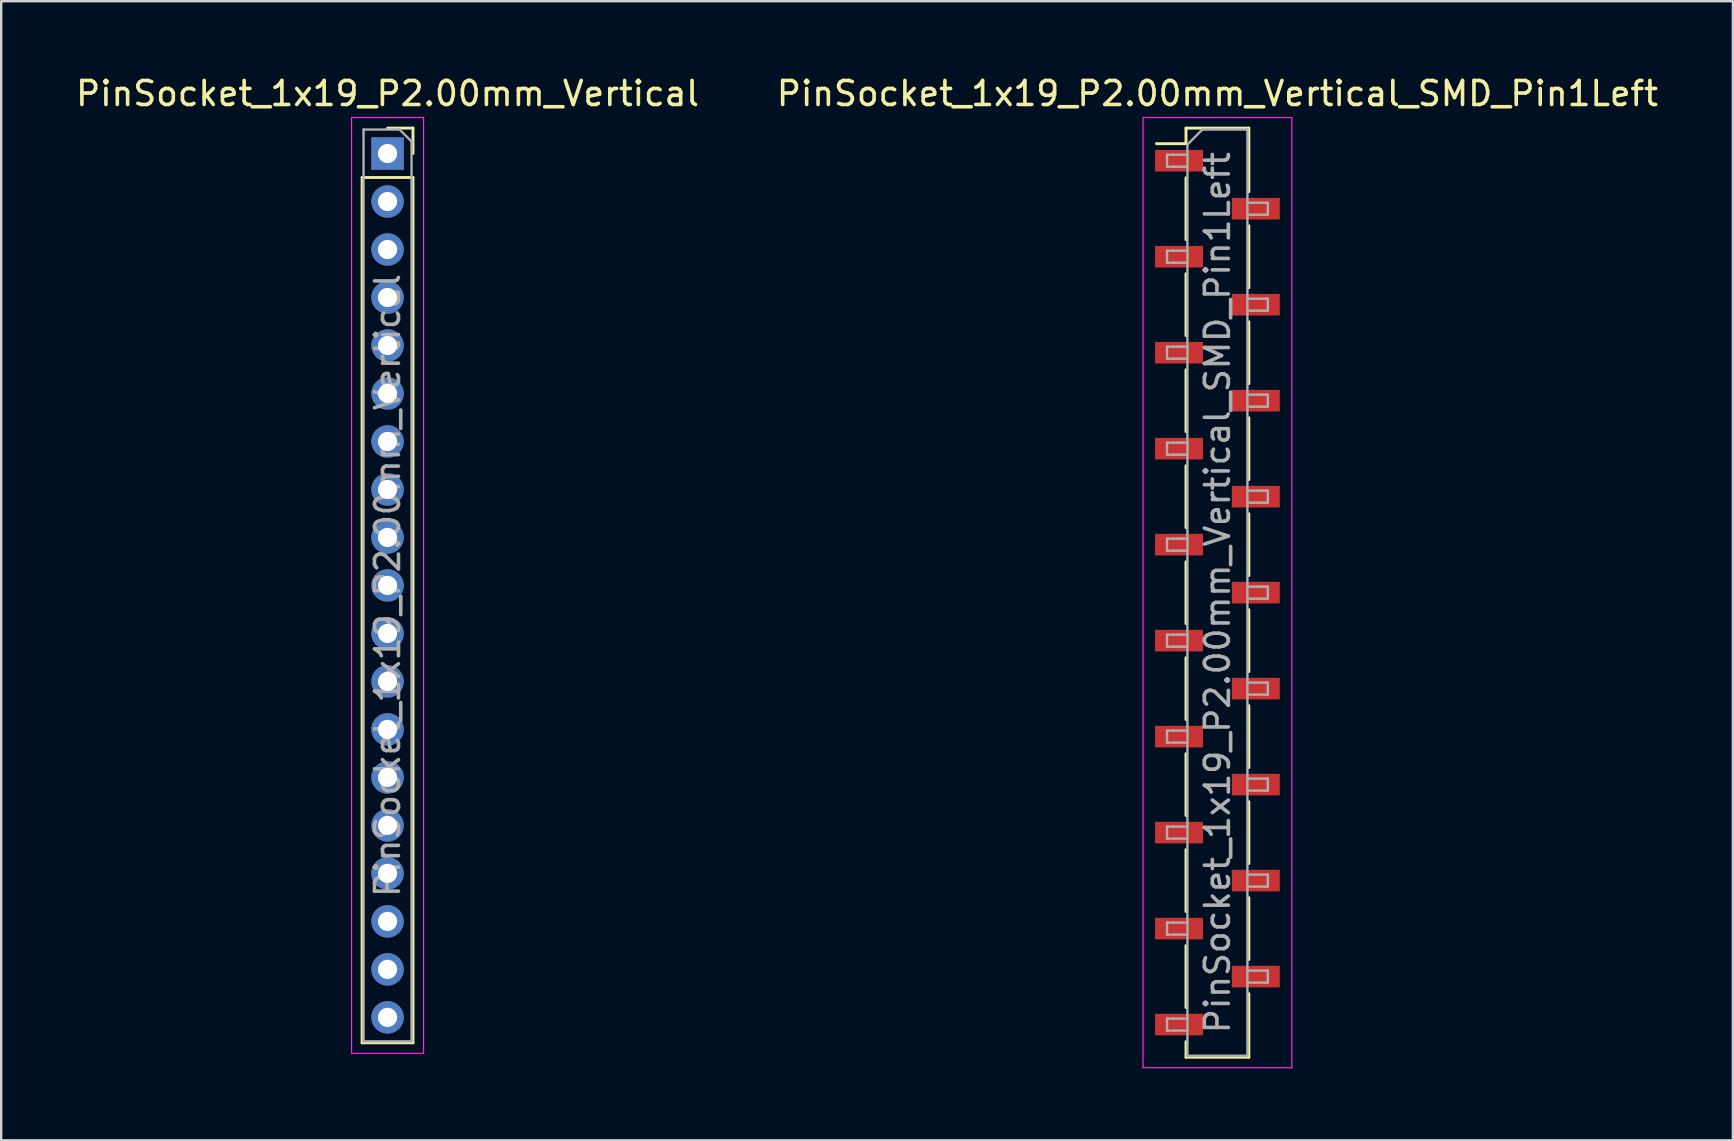
<source format=kicad_pcb>
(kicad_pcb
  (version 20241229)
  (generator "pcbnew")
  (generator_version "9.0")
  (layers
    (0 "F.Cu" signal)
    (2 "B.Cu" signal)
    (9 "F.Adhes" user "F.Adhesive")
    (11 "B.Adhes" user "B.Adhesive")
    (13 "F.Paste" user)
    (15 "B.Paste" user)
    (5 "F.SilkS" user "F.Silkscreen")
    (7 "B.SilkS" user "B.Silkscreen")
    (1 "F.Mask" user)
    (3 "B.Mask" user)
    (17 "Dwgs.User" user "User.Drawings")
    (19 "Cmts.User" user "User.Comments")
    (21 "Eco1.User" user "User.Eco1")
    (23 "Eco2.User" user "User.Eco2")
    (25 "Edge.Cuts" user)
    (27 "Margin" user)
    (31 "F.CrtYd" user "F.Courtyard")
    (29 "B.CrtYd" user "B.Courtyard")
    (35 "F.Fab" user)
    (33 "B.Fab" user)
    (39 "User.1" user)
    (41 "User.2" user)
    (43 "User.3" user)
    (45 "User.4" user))
  (footprint "PinSocket_1x19_P2.00mm_Vertical_SMD_Pin1Left"
    (layer "F.Cu")
    (at 47.685 21.648)
    (property "Reference" "PinSocket_1x19_P2.00mm_Vertical_SMD_Pin1Left" (at 0 -20.8 0) (layer "F.SilkS") (effects (font (size 1 1) (thickness 0.15))))
    (attr smd)
    (fp_line (start -2.54 -18.71) (end -1.31 -18.71) (stroke (width 0.12) (type solid)) (layer "F.SilkS"))
    (fp_line (start -1.31 -19.36) (end -1.31 -18.71) (stroke (width 0.12) (type solid)) (layer "F.SilkS"))
    (fp_line (start -1.31 -19.36) (end 1.31 -19.36) (stroke (width 0.12) (type solid)) (layer "F.SilkS"))
    (fp_line (start -1.31 -17.29) (end -1.31 -14.71) (stroke (width 0.12) (type solid)) (layer "F.SilkS"))
    (fp_line (start -1.31 -13.29) (end -1.31 -10.71) (stroke (width 0.12) (type solid)) (layer "F.SilkS"))
    (fp_line (start -1.31 -9.29) (end -1.31 -6.71) (stroke (width 0.12) (type solid)) (layer "F.SilkS"))
    (fp_line (start -1.31 -5.29) (end -1.31 -2.71) (stroke (width 0.12) (type solid)) (layer "F.SilkS"))
    (fp_line (start -1.31 -1.29) (end -1.31 1.29) (stroke (width 0.12) (type solid)) (layer "F.SilkS"))
    (fp_line (start -1.31 2.71) (end -1.31 5.29) (stroke (width 0.12) (type solid)) (layer "F.SilkS"))
    (fp_line (start -1.31 6.71) (end -1.31 9.29) (stroke (width 0.12) (type solid)) (layer "F.SilkS"))
    (fp_line (start -1.31 10.71) (end -1.31 13.29) (stroke (width 0.12) (type solid)) (layer "F.SilkS"))
    (fp_line (start -1.31 14.71) (end -1.31 17.29) (stroke (width 0.12) (type solid)) (layer "F.SilkS"))
    (fp_line (start -1.31 18.71) (end -1.31 19.36) (stroke (width 0.12) (type solid)) (layer "F.SilkS"))
    (fp_line (start -1.31 19.36) (end 1.31 19.36) (stroke (width 0.12) (type solid)) (layer "F.SilkS"))
    (fp_line (start 1.31 -19.36) (end 1.31 -16.71) (stroke (width 0.12) (type solid)) (layer "F.SilkS"))
    (fp_line (start 1.31 -15.29) (end 1.31 -12.71) (stroke (width 0.12) (type solid)) (layer "F.SilkS"))
    (fp_line (start 1.31 -11.29) (end 1.31 -8.71) (stroke (width 0.12) (type solid)) (layer "F.SilkS"))
    (fp_line (start 1.31 -7.29) (end 1.31 -4.71) (stroke (width 0.12) (type solid)) (layer "F.SilkS"))
    (fp_line (start 1.31 -3.29) (end 1.31 -0.71) (stroke (width 0.12) (type solid)) (layer "F.SilkS"))
    (fp_line (start 1.31 0.71) (end 1.31 3.29) (stroke (width 0.12) (type solid)) (layer "F.SilkS"))
    (fp_line (start 1.31 4.71) (end 1.31 7.29) (stroke (width 0.12) (type solid)) (layer "F.SilkS"))
    (fp_line (start 1.31 8.71) (end 1.31 11.29) (stroke (width 0.12) (type solid)) (layer "F.SilkS"))
    (fp_line (start 1.31 12.71) (end 1.31 15.29) (stroke (width 0.12) (type solid)) (layer "F.SilkS"))
    (fp_line (start 1.31 16.71) (end 1.31 19.36) (stroke (width 0.12) (type solid)) (layer "F.SilkS"))
    (fp_line (start -3.1 -19.8) (end 3.1 -19.8) (stroke (width 0.05) (type solid)) (layer "F.CrtYd"))
    (fp_line (start -3.1 19.8) (end -3.1 -19.8) (stroke (width 0.05) (type solid)) (layer "F.CrtYd"))
    (fp_line (start 3.1 -19.8) (end 3.1 19.8) (stroke (width 0.05) (type solid)) (layer "F.CrtYd"))
    (fp_line (start 3.1 19.8) (end -3.1 19.8) (stroke (width 0.05) (type solid)) (layer "F.CrtYd"))
    (fp_line (start -2.1 -18.25) (end -1.25 -18.25) (stroke (width 0.1) (type solid)) (layer "F.Fab"))
    (fp_line (start -2.1 -17.75) (end -2.1 -18.25) (stroke (width 0.1) (type solid)) (layer "F.Fab"))
    (fp_line (start -2.1 -14.25) (end -1.25 -14.25) (stroke (width 0.1) (type solid)) (layer "F.Fab"))
    (fp_line (start -2.1 -13.75) (end -2.1 -14.25) (stroke (width 0.1) (type solid)) (layer "F.Fab"))
    (fp_line (start -2.1 -10.25) (end -1.25 -10.25) (stroke (width 0.1) (type solid)) (layer "F.Fab"))
    (fp_line (start -2.1 -9.75) (end -2.1 -10.25) (stroke (width 0.1) (type solid)) (layer "F.Fab"))
    (fp_line (start -2.1 -6.25) (end -1.25 -6.25) (stroke (width 0.1) (type solid)) (layer "F.Fab"))
    (fp_line (start -2.1 -5.75) (end -2.1 -6.25) (stroke (width 0.1) (type solid)) (layer "F.Fab"))
    (fp_line (start -2.1 -2.25) (end -1.25 -2.25) (stroke (width 0.1) (type solid)) (layer "F.Fab"))
    (fp_line (start -2.1 -1.75) (end -2.1 -2.25) (stroke (width 0.1) (type solid)) (layer "F.Fab"))
    (fp_line (start -2.1 1.75) (end -1.25 1.75) (stroke (width 0.1) (type solid)) (layer "F.Fab"))
    (fp_line (start -2.1 2.25) (end -2.1 1.75) (stroke (width 0.1) (type solid)) (layer "F.Fab"))
    (fp_line (start -2.1 5.75) (end -1.25 5.75) (stroke (width 0.1) (type solid)) (layer "F.Fab"))
    (fp_line (start -2.1 6.25) (end -2.1 5.75) (stroke (width 0.1) (type solid)) (layer "F.Fab"))
    (fp_line (start -2.1 9.75) (end -1.25 9.75) (stroke (width 0.1) (type solid)) (layer "F.Fab"))
    (fp_line (start -2.1 10.25) (end -2.1 9.75) (stroke (width 0.1) (type solid)) (layer "F.Fab"))
    (fp_line (start -2.1 13.75) (end -1.25 13.75) (stroke (width 0.1) (type solid)) (layer "F.Fab"))
    (fp_line (start -2.1 14.25) (end -2.1 13.75) (stroke (width 0.1) (type solid)) (layer "F.Fab"))
    (fp_line (start -2.1 17.75) (end -1.25 17.75) (stroke (width 0.1) (type solid)) (layer "F.Fab"))
    (fp_line (start -2.1 18.25) (end -2.1 17.75) (stroke (width 0.1) (type solid)) (layer "F.Fab"))
    (fp_line (start -1.25 -18.675) (end -0.625 -19.3) (stroke (width 0.1) (type solid)) (layer "F.Fab"))
    (fp_line (start -1.25 -17.75) (end -2.1 -17.75) (stroke (width 0.1) (type solid)) (layer "F.Fab"))
    (fp_line (start -1.25 -13.75) (end -2.1 -13.75) (stroke (width 0.1) (type solid)) (layer "F.Fab"))
    (fp_line (start -1.25 -9.75) (end -2.1 -9.75) (stroke (width 0.1) (type solid)) (layer "F.Fab"))
    (fp_line (start -1.25 -5.75) (end -2.1 -5.75) (stroke (width 0.1) (type solid)) (layer "F.Fab"))
    (fp_line (start -1.25 -1.75) (end -2.1 -1.75) (stroke (width 0.1) (type solid)) (layer "F.Fab"))
    (fp_line (start -1.25 2.25) (end -2.1 2.25) (stroke (width 0.1) (type solid)) (layer "F.Fab"))
    (fp_line (start -1.25 6.25) (end -2.1 6.25) (stroke (width 0.1) (type solid)) (layer "F.Fab"))
    (fp_line (start -1.25 10.25) (end -2.1 10.25) (stroke (width 0.1) (type solid)) (layer "F.Fab"))
    (fp_line (start -1.25 14.25) (end -2.1 14.25) (stroke (width 0.1) (type solid)) (layer "F.Fab"))
    (fp_line (start -1.25 18.25) (end -2.1 18.25) (stroke (width 0.1) (type solid)) (layer "F.Fab"))
    (fp_line (start -1.25 19.3) (end -1.25 -18.675) (stroke (width 0.1) (type solid)) (layer "F.Fab"))
    (fp_line (start -0.625 -19.3) (end 1.25 -19.3) (stroke (width 0.1) (type solid)) (layer "F.Fab"))
    (fp_line (start 1.25 -19.3) (end 1.25 19.3) (stroke (width 0.1) (type solid)) (layer "F.Fab"))
    (fp_line (start 1.25 -16.25) (end 2.1 -16.25) (stroke (width 0.1) (type solid)) (layer "F.Fab"))
    (fp_line (start 1.25 -12.25) (end 2.1 -12.25) (stroke (width 0.1) (type solid)) (layer "F.Fab"))
    (fp_line (start 1.25 -8.25) (end 2.1 -8.25) (stroke (width 0.1) (type solid)) (layer "F.Fab"))
    (fp_line (start 1.25 -4.25) (end 2.1 -4.25) (stroke (width 0.1) (type solid)) (layer "F.Fab"))
    (fp_line (start 1.25 -0.25) (end 2.1 -0.25) (stroke (width 0.1) (type solid)) (layer "F.Fab"))
    (fp_line (start 1.25 3.75) (end 2.1 3.75) (stroke (width 0.1) (type solid)) (layer "F.Fab"))
    (fp_line (start 1.25 7.75) (end 2.1 7.75) (stroke (width 0.1) (type solid)) (layer "F.Fab"))
    (fp_line (start 1.25 11.75) (end 2.1 11.75) (stroke (width 0.1) (type solid)) (layer "F.Fab"))
    (fp_line (start 1.25 15.75) (end 2.1 15.75) (stroke (width 0.1) (type solid)) (layer "F.Fab"))
    (fp_line (start 1.25 19.3) (end -1.25 19.3) (stroke (width 0.1) (type solid)) (layer "F.Fab"))
    (fp_line (start 2.1 -16.25) (end 2.1 -15.75) (stroke (width 0.1) (type solid)) (layer "F.Fab"))
    (fp_line (start 2.1 -15.75) (end 1.25 -15.75) (stroke (width 0.1) (type solid)) (layer "F.Fab"))
    (fp_line (start 2.1 -12.25) (end 2.1 -11.75) (stroke (width 0.1) (type solid)) (layer "F.Fab"))
    (fp_line (start 2.1 -11.75) (end 1.25 -11.75) (stroke (width 0.1) (type solid)) (layer "F.Fab"))
    (fp_line (start 2.1 -8.25) (end 2.1 -7.75) (stroke (width 0.1) (type solid)) (layer "F.Fab"))
    (fp_line (start 2.1 -7.75) (end 1.25 -7.75) (stroke (width 0.1) (type solid)) (layer "F.Fab"))
    (fp_line (start 2.1 -4.25) (end 2.1 -3.75) (stroke (width 0.1) (type solid)) (layer "F.Fab"))
    (fp_line (start 2.1 -3.75) (end 1.25 -3.75) (stroke (width 0.1) (type solid)) (layer "F.Fab"))
    (fp_line (start 2.1 -0.25) (end 2.1 0.25) (stroke (width 0.1) (type solid)) (layer "F.Fab"))
    (fp_line (start 2.1 0.25) (end 1.25 0.25) (stroke (width 0.1) (type solid)) (layer "F.Fab"))
    (fp_line (start 2.1 3.75) (end 2.1 4.25) (stroke (width 0.1) (type solid)) (layer "F.Fab"))
    (fp_line (start 2.1 4.25) (end 1.25 4.25) (stroke (width 0.1) (type solid)) (layer "F.Fab"))
    (fp_line (start 2.1 7.75) (end 2.1 8.25) (stroke (width 0.1) (type solid)) (layer "F.Fab"))
    (fp_line (start 2.1 8.25) (end 1.25 8.25) (stroke (width 0.1) (type solid)) (layer "F.Fab"))
    (fp_line (start 2.1 11.75) (end 2.1 12.25) (stroke (width 0.1) (type solid)) (layer "F.Fab"))
    (fp_line (start 2.1 12.25) (end 1.25 12.25) (stroke (width 0.1) (type solid)) (layer "F.Fab"))
    (fp_line (start 2.1 15.75) (end 2.1 16.25) (stroke (width 0.1) (type solid)) (layer "F.Fab"))
    (fp_line (start 2.1 16.25) (end 1.25 16.25) (stroke (width 0.1) (type solid)) (layer "F.Fab"))
    (fp_text user "${REFERENCE}" (at 0 0 90) (layer "F.Fab") (effects (font (size 1 1) (thickness 0.15))))
    (pad "1" smd rect (at -1.6 -18) (size 2 0.9) (layers "F.Cu" "F.Mask" "F.Paste"))
    (pad "2" smd rect (at 1.6 -16) (size 2 0.9) (layers "F.Cu" "F.Mask" "F.Paste"))
    (pad "3" smd rect (at -1.6 -14) (size 2 0.9) (layers "F.Cu" "F.Mask" "F.Paste"))
    (pad "4" smd rect (at 1.6 -12) (size 2 0.9) (layers "F.Cu" "F.Mask" "F.Paste"))
    (pad "5" smd rect (at -1.6 -10) (size 2 0.9) (layers "F.Cu" "F.Mask" "F.Paste"))
    (pad "6" smd rect (at 1.6 -8) (size 2 0.9) (layers "F.Cu" "F.Mask" "F.Paste"))
    (pad "7" smd rect (at -1.6 -6) (size 2 0.9) (layers "F.Cu" "F.Mask" "F.Paste"))
    (pad "8" smd rect (at 1.6 -4) (size 2 0.9) (layers "F.Cu" "F.Mask" "F.Paste"))
    (pad "9" smd rect (at -1.6 -2) (size 2 0.9) (layers "F.Cu" "F.Mask" "F.Paste"))
    (pad "10" smd rect (at 1.6 0) (size 2 0.9) (layers "F.Cu" "F.Mask" "F.Paste"))
    (pad "11" smd rect (at -1.6 2) (size 2 0.9) (layers "F.Cu" "F.Mask" "F.Paste"))
    (pad "12" smd rect (at 1.6 4) (size 2 0.9) (layers "F.Cu" "F.Mask" "F.Paste"))
    (pad "13" smd rect (at -1.6 6) (size 2 0.9) (layers "F.Cu" "F.Mask" "F.Paste"))
    (pad "14" smd rect (at 1.6 8) (size 2 0.9) (layers "F.Cu" "F.Mask" "F.Paste"))
    (pad "15" smd rect (at -1.6 10) (size 2 0.9) (layers "F.Cu" "F.Mask" "F.Paste"))
    (pad "16" smd rect (at 1.6 12) (size 2 0.9) (layers "F.Cu" "F.Mask" "F.Paste"))
    (pad "17" smd rect (at -1.6 14) (size 2 0.9) (layers "F.Cu" "F.Mask" "F.Paste"))
    (pad "18" smd rect (at 1.6 16) (size 2 0.9) (layers "F.Cu" "F.Mask" "F.Paste"))
    (pad "19" smd rect (at -1.6 18) (size 2 0.9) (layers "F.Cu" "F.Mask" "F.Paste")))
  (footprint "PinSocket_1x19_P2.00mm_Vertical"
    (layer "F.Cu")
    (at 13.101 3.348)
    (property "Reference" "PinSocket_1x19_P2.00mm_Vertical" (at 0 -2.5 0) (layer "F.SilkS") (effects (font (size 1 1) (thickness 0.15))))
    (attr through_hole)
    (fp_line (start -1.06 1) (end -1.06 37.06) (stroke (width 0.12) (type solid)) (layer "F.SilkS"))
    (fp_line (start -1.06 1) (end 1.06 1) (stroke (width 0.12) (type solid)) (layer "F.SilkS"))
    (fp_line (start -1.06 37.06) (end 1.06 37.06) (stroke (width 0.12) (type solid)) (layer "F.SilkS"))
    (fp_line (start 0 -1.06) (end 1.06 -1.06) (stroke (width 0.12) (type solid)) (layer "F.SilkS"))
    (fp_line (start 1.06 -1.06) (end 1.06 0) (stroke (width 0.12) (type solid)) (layer "F.SilkS"))
    (fp_line (start 1.06 1) (end 1.06 37.06) (stroke (width 0.12) (type solid)) (layer "F.SilkS"))
    (fp_line (start -1.5 -1.5) (end 1.5 -1.5) (stroke (width 0.05) (type solid)) (layer "F.CrtYd"))
    (fp_line (start -1.5 37.5) (end -1.5 -1.5) (stroke (width 0.05) (type solid)) (layer "F.CrtYd"))
    (fp_line (start 1.5 -1.5) (end 1.5 37.5) (stroke (width 0.05) (type solid)) (layer "F.CrtYd"))
    (fp_line (start 1.5 37.5) (end -1.5 37.5) (stroke (width 0.05) (type solid)) (layer "F.CrtYd"))
    (fp_line (start -1 -1) (end 0.5 -1) (stroke (width 0.1) (type solid)) (layer "F.Fab"))
    (fp_line (start -1 37) (end -1 -1) (stroke (width 0.1) (type solid)) (layer "F.Fab"))
    (fp_line (start 0.5 -1) (end 1 -0.5) (stroke (width 0.1) (type solid)) (layer "F.Fab"))
    (fp_line (start 1 -0.5) (end 1 37) (stroke (width 0.1) (type solid)) (layer "F.Fab"))
    (fp_line (start 1 37) (end -1 37) (stroke (width 0.1) (type solid)) (layer "F.Fab"))
    (fp_text user "${REFERENCE}" (at 0 18 90) (layer "F.Fab") (effects (font (size 1 1) (thickness 0.15))))
    (pad "1" thru_hole rect (at 0 0) (size 1.35 1.35) (drill 0.8) (layers "*.Cu" "*.Mask"))
    (pad "2" thru_hole oval (at 0 2) (size 1.35 1.35) (drill 0.8) (layers "*.Cu" "*.Mask"))
    (pad "3" thru_hole oval (at 0 4) (size 1.35 1.35) (drill 0.8) (layers "*.Cu" "*.Mask"))
    (pad "4" thru_hole oval (at 0 6) (size 1.35 1.35) (drill 0.8) (layers "*.Cu" "*.Mask"))
    (pad "5" thru_hole oval (at 0 8) (size 1.35 1.35) (drill 0.8) (layers "*.Cu" "*.Mask"))
    (pad "6" thru_hole oval (at 0 10) (size 1.35 1.35) (drill 0.8) (layers "*.Cu" "*.Mask"))
    (pad "7" thru_hole oval (at 0 12) (size 1.35 1.35) (drill 0.8) (layers "*.Cu" "*.Mask"))
    (pad "8" thru_hole oval (at 0 14) (size 1.35 1.35) (drill 0.8) (layers "*.Cu" "*.Mask"))
    (pad "9" thru_hole oval (at 0 16) (size 1.35 1.35) (drill 0.8) (layers "*.Cu" "*.Mask"))
    (pad "10" thru_hole oval (at 0 18) (size 1.35 1.35) (drill 0.8) (layers "*.Cu" "*.Mask"))
    (pad "11" thru_hole oval (at 0 20) (size 1.35 1.35) (drill 0.8) (layers "*.Cu" "*.Mask"))
    (pad "12" thru_hole oval (at 0 22) (size 1.35 1.35) (drill 0.8) (layers "*.Cu" "*.Mask"))
    (pad "13" thru_hole oval (at 0 24) (size 1.35 1.35) (drill 0.8) (layers "*.Cu" "*.Mask"))
    (pad "14" thru_hole oval (at 0 26) (size 1.35 1.35) (drill 0.8) (layers "*.Cu" "*.Mask"))
    (pad "15" thru_hole oval (at 0 28) (size 1.35 1.35) (drill 0.8) (layers "*.Cu" "*.Mask"))
    (pad "16" thru_hole oval (at 0 30) (size 1.35 1.35) (drill 0.8) (layers "*.Cu" "*.Mask"))
    (pad "17" thru_hole oval (at 0 32) (size 1.35 1.35) (drill 0.8) (layers "*.Cu" "*.Mask"))
    (pad "18" thru_hole oval (at 0 34) (size 1.35 1.35) (drill 0.8) (layers "*.Cu" "*.Mask"))
    (pad "19" thru_hole oval (at 0 36) (size 1.35 1.35) (drill 0.8) (layers "*.Cu" "*.Mask")))
  (gr_rect
    (start -3 -3)
    (end 69.167 44.473)
    (stroke (width 0.1) (type default))
    (fill no)
    (layer "Edge.Cuts")))
</source>
